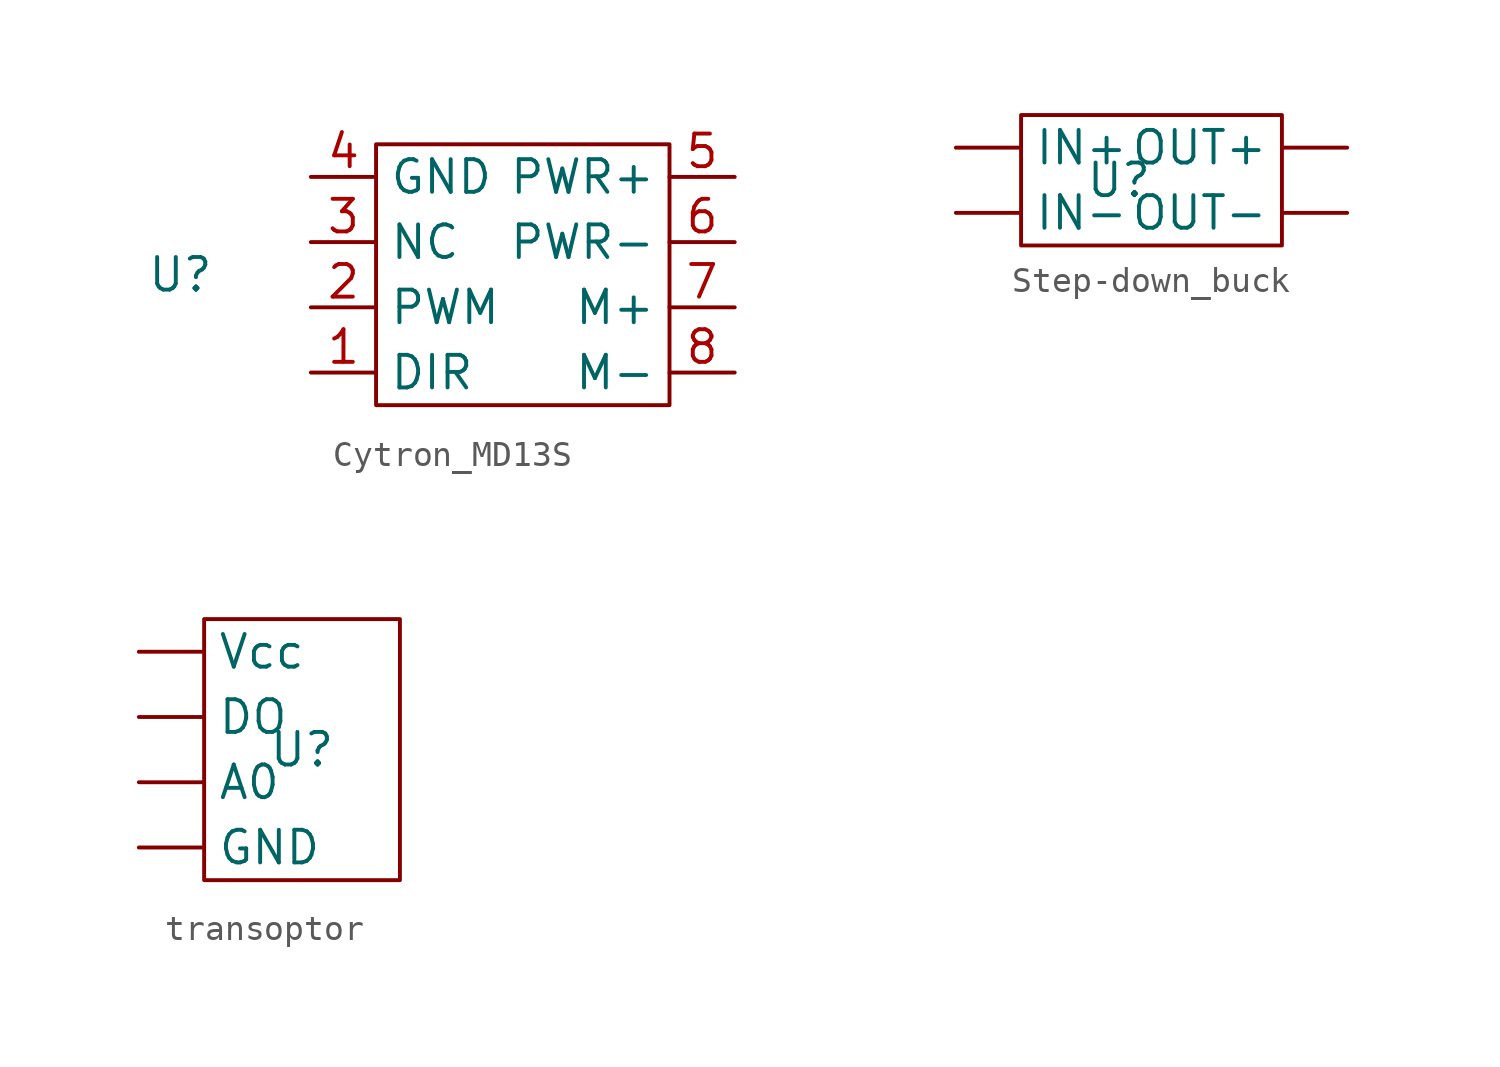
<source format=kicad_sym>
(kicad_symbol_lib
  (version 20220914)
  (generator kicad_symbol_editor)
  (symbol "Cytron_MD13S"
    (property "Reference" "U"
      (at -12.7 0 0)
      (effects (font (size 1.27 1.27))))
    (property "Value" ""
      (at -12.7 0 0)
      (effects (font (size 1.27 1.27))))
    (symbol "Cytron_MD13S_0_1"
      (rectangle (start -5.08 5.08) (end 6.35 -5.08) (stroke (width 0) (type default)) (fill (type none))))
    (symbol "Cytron_MD13S_1_1"
      (pin input line (at -7.62 -3.81 0) (length 2.54) (name "DIR" (effects (font (size 1.27 1.27)))) (number "1" (effects (font (size 1.27 1.27)))))
      (pin input line (at -7.62 -1.27 0) (length 2.54) (name "PWM" (effects (font (size 1.27 1.27)))) (number "2" (effects (font (size 1.27 1.27)))))
      (pin input line (at -7.62 1.27 0) (length 2.54) (name "NC" (effects (font (size 1.27 1.27)))) (number "3" (effects (font (size 1.27 1.27)))))
      (pin input line (at -7.62 3.81 0) (length 2.54) (name "GND" (effects (font (size 1.27 1.27)))) (number "4" (effects (font (size 1.27 1.27)))))
      (pin input line (at 8.89 3.81 180) (length 2.54) (name "PWR+" (effects (font (size 1.27 1.27)))) (number "5" (effects (font (size 1.27 1.27)))))
      (pin input line (at 8.89 1.27 180) (length 2.54) (name "PWR-" (effects (font (size 1.27 1.27)))) (number "6" (effects (font (size 1.27 1.27)))))
      (pin output line (at 8.89 -1.27 180) (length 2.54) (name "M+" (effects (font (size 1.27 1.27)))) (number "7" (effects (font (size 1.27 1.27)))))
      (pin output line (at 8.89 -3.81 180) (length 2.54) (name "M-" (effects (font (size 1.27 1.27)))) (number "8" (effects (font (size 1.27 1.27)))))))
  (symbol "Step-down_buck"
    (property "Reference" "U"
      (at -1.27 0 0)
      (effects (font (size 1.27 1.27))))
    (property "Value" ""
      (at -3.81 0 0)
      (effects (font (size 1.27 1.27))))
    (symbol "Step-down_buck_0_1"
      (rectangle (start -5.08 2.54) (end 5.08 -2.54) (stroke (width 0) (type default)) (fill (type none))))
    (symbol "Step-down_buck_1_1"
      (pin input line (at -7.62 1.27 0) (length 2.54) (name "IN+" (effects (font (size 1.27 1.27)))) (number "" (effects (font (size 1.27 1.27)))))
      (pin input line (at -7.62 -1.27 0) (length 2.54) (name "IN-" (effects (font (size 1.27 1.27)))) (number "" (effects (font (size 1.27 1.27)))))
      (pin input line (at 7.62 1.27 180) (length 2.54) (name "OUT+" (effects (font (size 1.27 1.27)))) (number "" (effects (font (size 1.27 1.27)))))
      (pin input line (at 7.62 -1.27 180) (length 2.54) (name "OUT-" (effects (font (size 1.27 1.27)))) (number "" (effects (font (size 1.27 1.27)))))))
  (symbol "transoptor"
    (property "Reference" "U"
      (at 0 0 0)
      (effects (font (size 1.27 1.27))))
    (property "Value" ""
      (at -1.27 0 0)
      (effects (font (size 1.27 1.27))))
    (symbol "transoptor_0_1"
      (rectangle (start -3.81 5.08) (end 3.81 -5.08) (stroke (width 0) (type default)) (fill (type none))))
    (symbol "transoptor_1_1"
      (pin output line (at -6.35 -1.27 0) (length 2.54) (name "A0" (effects (font (size 1.27 1.27)))) (number "" (effects (font (size 1.27 1.27)))))
      (pin output line (at -6.35 1.27 0) (length 2.54) (name "DO" (effects (font (size 1.27 1.27)))) (number "" (effects (font (size 1.27 1.27)))))
      (pin input line (at -6.35 -3.81 0) (length 2.54) (name "GND" (effects (font (size 1.27 1.27)))) (number "" (effects (font (size 1.27 1.27)))))
      (pin input line (at -6.35 3.81 0) (length 2.54) (name "Vcc" (effects (font (size 1.27 1.27)))) (number "" (effects (font (size 1.27 1.27))))))))
</source>
